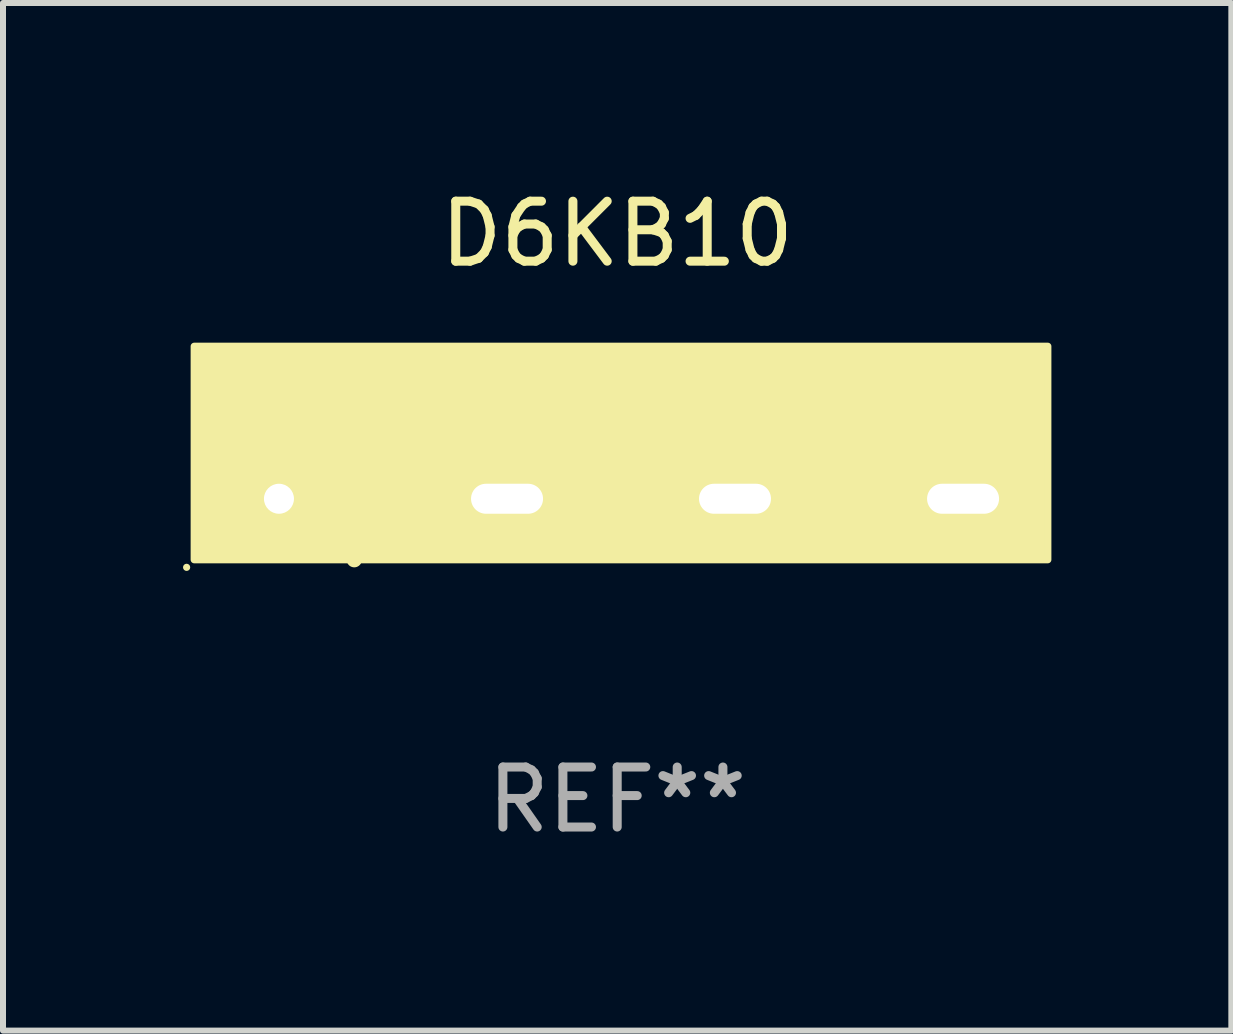
<source format=kicad_pcb>
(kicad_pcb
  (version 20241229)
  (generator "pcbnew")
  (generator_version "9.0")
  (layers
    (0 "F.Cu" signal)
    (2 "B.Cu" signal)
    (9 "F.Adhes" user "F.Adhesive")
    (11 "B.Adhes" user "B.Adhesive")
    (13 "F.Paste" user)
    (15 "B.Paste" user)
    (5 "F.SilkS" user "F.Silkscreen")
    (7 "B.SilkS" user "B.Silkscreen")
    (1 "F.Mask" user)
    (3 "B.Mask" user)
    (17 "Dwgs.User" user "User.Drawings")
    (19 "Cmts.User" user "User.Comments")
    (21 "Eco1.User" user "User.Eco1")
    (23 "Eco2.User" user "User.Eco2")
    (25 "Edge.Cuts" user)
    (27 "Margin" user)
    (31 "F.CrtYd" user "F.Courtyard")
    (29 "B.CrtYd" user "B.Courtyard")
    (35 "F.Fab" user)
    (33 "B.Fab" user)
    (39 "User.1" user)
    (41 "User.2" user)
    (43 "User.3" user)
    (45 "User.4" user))
  (footprint "D6KB10"
    (layer "F.Cu")
    (at 7.236 4.563)
    (property "Reference" "D6KB10" (at 0 -3.715 0) (layer "F.SilkS") (effects (font (size 1 1) (thickness 0.15))))
    (attr through_hole)
    (fp_line (start -6.668 -0.826) (end -4.89 -0.826) (stroke (width 0.254) (type solid)) (layer "F.SilkS"))
    (fp_line (start -5.779 -1.588) (end -5.779 -0.064) (stroke (width 0.254) (type solid)) (layer "F.SilkS"))
    (fp_line (start -4.382 -1.715) (end -4.382 1.715) (stroke (width 0.254) (type solid)) (layer "F.SilkS"))
    (fp_line (start 4.89 -0.699) (end 6.668 -0.699) (stroke (width 0.254) (type solid)) (layer "F.SilkS"))
    (fp_arc (start -2.984544 -0.793777) (mid -2.413043 -0.92869) (end -1.841542 -0.793777) (stroke (width 0.254001) (type solid)) (layer "F.SilkS"))
    (fp_arc (start -0.698539 -0.857277) (mid -1.270041 -0.285775) (end -1.841543 -0.857277) (stroke (width 0.254001) (type solid)) (layer "F.SilkS"))
    (fp_arc (start 0.698463 -0.793777) (mid 1.269964 -0.92869) (end 1.841465 -0.793777) (stroke (width 0.254001) (type solid)) (layer "F.SilkS"))
    (fp_arc (start 2.984468 -0.857277) (mid 2.412967 -0.285776) (end 1.841466 -0.857277) (stroke (width 0.254001) (type solid)) (layer "F.SilkS"))
    (fp_circle (center -7.176 1.842) (end -7.146 1.842) (stroke (width 0.06) (type solid)) (fill no) (layer "F.SilkS"))
    (fp_poly (pts (xy -7.049 -1.842) (xy 7.176 -1.842) (xy 7.176 1.715) (xy -7.049 1.715)) (stroke (width 0.12) (type solid)) (fill yes) (layer "F.SilkS"))
    (fp_text user "REF**" (at 0 5.715 0) (layer "F.Fab") (effects (font (size 1 1) (thickness 0.15))))
    (pad "1" thru_hole rect (at -5.637 0.699) (size 2 1) (drill 0.5) (layers "*.Cu" "*.Mask"))
    (pad "2" thru_hole oval (at -1.836 0.699) (size 2 1) (drill oval 1.2 0.5) (layers "*.Cu" "*.Mask"))
    (pad "3" thru_hole oval (at 1.963 0.699) (size 2 1) (drill oval 1.2 0.5) (layers "*.Cu" "*.Mask"))
    (pad "4" thru_hole oval (at 5.764 0.699) (size 2 1) (drill oval 1.2 0.5) (layers "*.Cu" "*.Mask")))
  (gr_rect
    (start -3 -3)
    (end 17.471 14.126)
    (stroke (width 0.1) (type default))
    (fill no)
    (layer "Edge.Cuts")))
</source>
